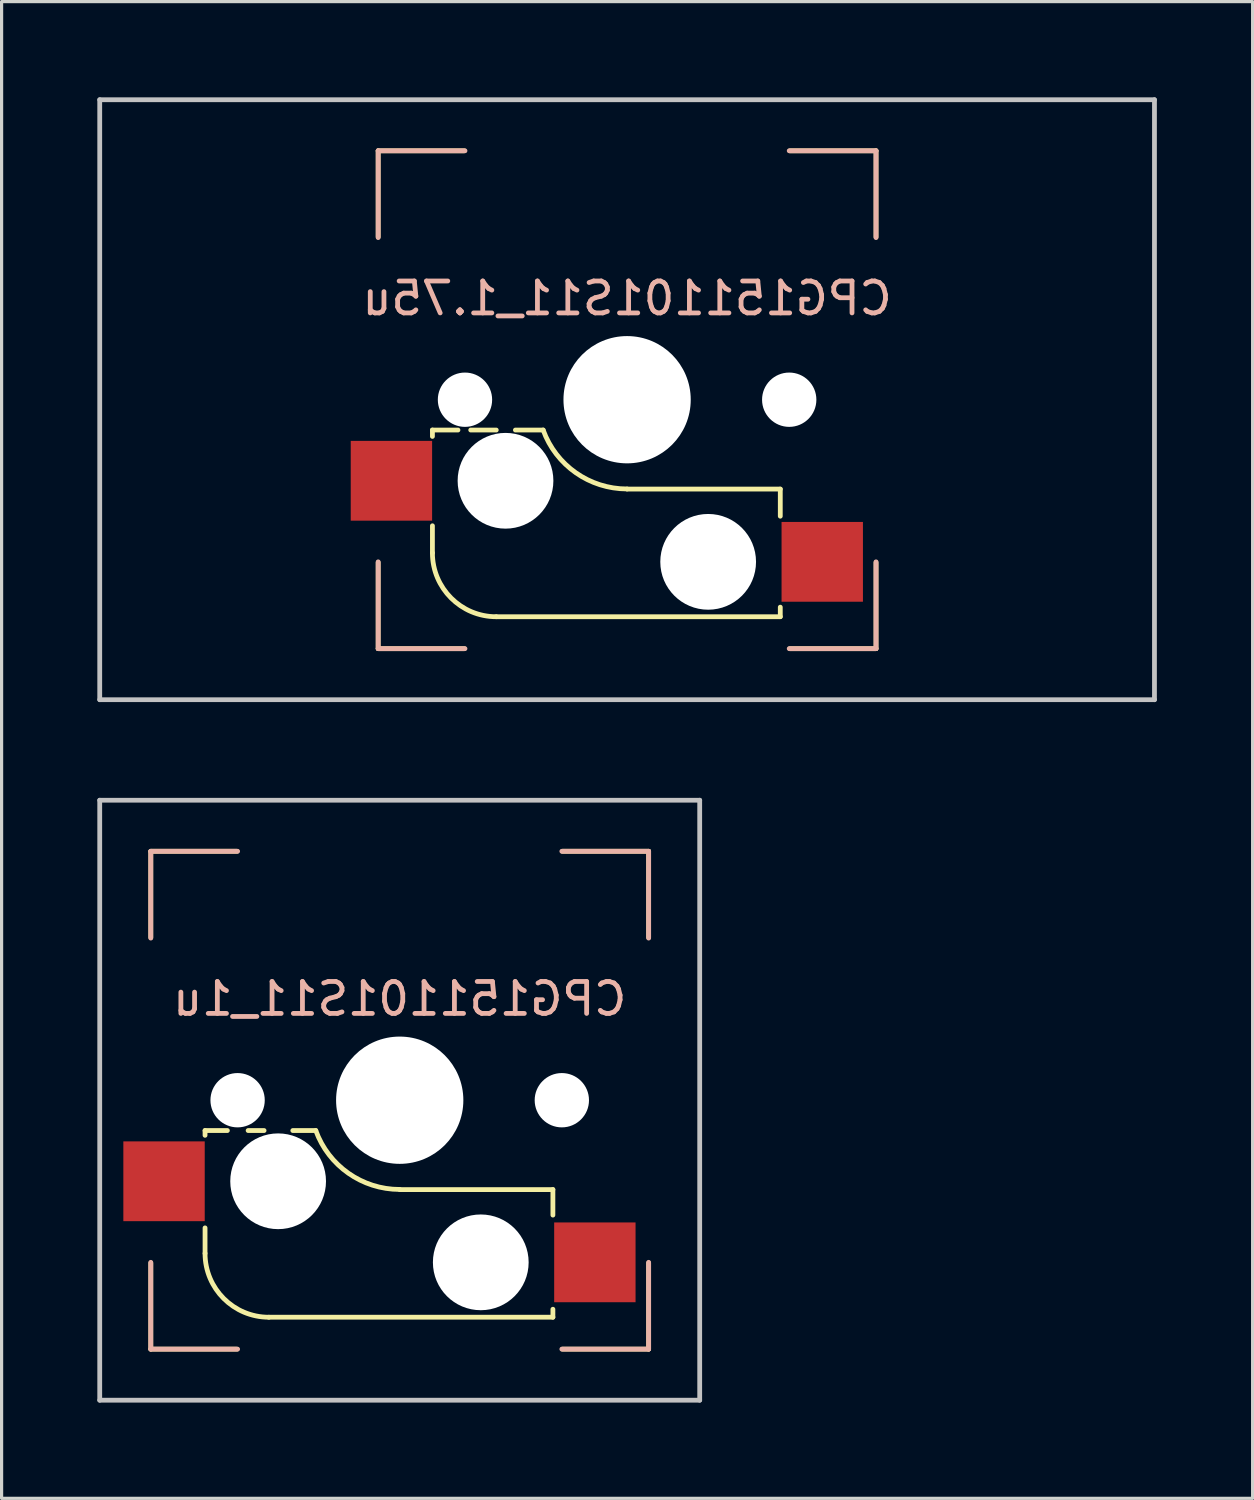
<source format=kicad_pcb>
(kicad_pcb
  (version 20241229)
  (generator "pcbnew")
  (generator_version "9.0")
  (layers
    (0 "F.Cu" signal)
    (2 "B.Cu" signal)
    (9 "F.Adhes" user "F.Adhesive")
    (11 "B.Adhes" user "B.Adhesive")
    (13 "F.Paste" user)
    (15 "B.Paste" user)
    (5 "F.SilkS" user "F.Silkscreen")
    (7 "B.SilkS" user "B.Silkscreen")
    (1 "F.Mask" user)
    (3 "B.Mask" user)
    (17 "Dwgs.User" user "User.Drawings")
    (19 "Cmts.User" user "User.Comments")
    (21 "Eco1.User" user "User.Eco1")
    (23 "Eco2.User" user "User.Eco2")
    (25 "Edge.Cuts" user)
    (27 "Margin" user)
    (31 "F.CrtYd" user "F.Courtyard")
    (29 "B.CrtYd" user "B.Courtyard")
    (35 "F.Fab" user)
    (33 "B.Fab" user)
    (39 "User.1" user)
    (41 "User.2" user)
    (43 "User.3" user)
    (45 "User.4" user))
  (footprint "CPG151101S11_1u"
    (layer "F.Cu")
    (at 9.475 31.425)
    (property "Reference" "CPG151101S11_1u" (at 0 -3.175 0) (layer "B.SilkS") (effects (font (size 1 1) (thickness 0.15)) (justify mirror)))
    (attr smd)
    (fp_line (start -7.8 -7.8) (end -7.8 -5.1) (stroke (width 0.15) (type solid)) (layer "F.SilkS"))
    (fp_line (start -7.8 5.1) (end -7.8 7.8) (stroke (width 0.15) (type solid)) (layer "F.SilkS"))
    (fp_line (start -7.8 7.8) (end -5.1 7.8) (stroke (width 0.15) (type solid)) (layer "F.SilkS"))
    (fp_line (start -6.1 0.95) (end -6.1 1.1) (stroke (width 0.15) (type solid)) (layer "F.SilkS"))
    (fp_line (start -6.1 4.8) (end -6.1 4) (stroke (width 0.15) (type solid)) (layer "F.SilkS"))
    (fp_line (start -5.4 0.95) (end -6.1 0.95) (stroke (width 0.15) (type solid)) (layer "F.SilkS"))
    (fp_line (start -5.1 -7.8) (end -7.8 -7.8) (stroke (width 0.15) (type solid)) (layer "F.SilkS"))
    (fp_line (start -4.75 0.95) (end -4.25 0.95) (stroke (width 0.15) (type solid)) (layer "F.SilkS"))
    (fp_line (start -3.35 0.95) (end -2.63 0.95) (stroke (width 0.15) (type solid)) (layer "F.SilkS"))
    (fp_line (start 4.8 2.8) (end 0 2.8) (stroke (width 0.15) (type solid)) (layer "F.SilkS"))
    (fp_line (start 4.8 2.8) (end 4.8 3.6) (stroke (width 0.15) (type solid)) (layer "F.SilkS"))
    (fp_line (start 4.8 6.8) (end -4.1 6.8) (stroke (width 0.15) (type solid)) (layer "F.SilkS"))
    (fp_line (start 4.8 6.8) (end 4.8 6.55) (stroke (width 0.15) (type solid)) (layer "F.SilkS"))
    (fp_line (start 5.1 7.8) (end 7.8 7.8) (stroke (width 0.15) (type solid)) (layer "F.SilkS"))
    (fp_line (start 7.8 -7.8) (end 5.1 -7.8) (stroke (width 0.15) (type solid)) (layer "F.SilkS"))
    (fp_line (start 7.8 -5.1) (end 7.8 -7.8) (stroke (width 0.15) (type solid)) (layer "F.SilkS"))
    (fp_line (start 7.8 7.8) (end 7.8 5.1) (stroke (width 0.15) (type solid)) (layer "F.SilkS"))
    (fp_arc (start -4.1 6.8) (mid -5.514214 6.214214) (end -6.1 4.8) (stroke (width 0.15) (type solid)) (layer "F.SilkS"))
    (fp_arc (start 0 2.796319) (mid -1.606689 2.288657) (end -2.63 0.95) (stroke (width 0.15) (type solid)) (layer "F.SilkS"))
    (fp_line (start -7.8 -7.8) (end -5.08 -7.8) (stroke (width 0.15) (type solid)) (layer "B.SilkS"))
    (fp_line (start -7.8 -5.08) (end -7.8 -7.8) (stroke (width 0.15) (type solid)) (layer "B.SilkS"))
    (fp_line (start -7.8 5.08) (end -7.8 7.8) (stroke (width 0.15) (type solid)) (layer "B.SilkS"))
    (fp_line (start -7.8 7.8) (end -5.08 7.8) (stroke (width 0.15) (type solid)) (layer "B.SilkS"))
    (fp_line (start 5.08 -7.8) (end 7.8 -7.8) (stroke (width 0.15) (type solid)) (layer "B.SilkS"))
    (fp_line (start 7.8 -7.8) (end 7.8 -5.08) (stroke (width 0.15) (type solid)) (layer "B.SilkS"))
    (fp_line (start 7.8 5.08) (end 7.8 7.8) (stroke (width 0.15) (type solid)) (layer "B.SilkS"))
    (fp_line (start 7.8 7.8) (end 5.08 7.8) (stroke (width 0.15) (type solid)) (layer "B.SilkS"))
    (fp_line (start -9.4 -9.4) (end -9.4 9.4) (stroke (width 0.15) (type solid)) (layer "Dwgs.User"))
    (fp_line (start -9.4 9.4) (end 9.4 9.4) (stroke (width 0.15) (type solid)) (layer "Dwgs.User"))
    (fp_line (start 9.4 -9.4) (end -9.4 -9.4) (stroke (width 0.15) (type solid)) (layer "Dwgs.User"))
    (fp_line (start 9.4 9.4) (end 9.4 -9.4) (stroke (width 0.15) (type solid)) (layer "Dwgs.User"))
    (fp_line (start -0.635 3.81) (end -0.635 3.81) (stroke (width 0.1) (type solid)) (layer "Eco1.User"))
    (fp_line (start -7 -7) (end -7 7) (stroke (width 0.15) (type solid)) (layer "Eco2.User"))
    (fp_line (start -7 -7) (end 7 -7) (stroke (width 0.15) (type solid)) (layer "Eco2.User"))
    (fp_line (start 7 7) (end -7 7) (stroke (width 0.15) (type solid)) (layer "Eco2.User"))
    (fp_line (start 7 7) (end 7 -7) (stroke (width 0.15) (type solid)) (layer "Eco2.User"))
    (pad "" np_thru_hole circle (at -5.08 0 180) (size 1.702 1.702) (drill 1.702) (layers "*.Cu" "*.Mask"))
    (pad "" np_thru_hole circle (at -3.81 2.54 180) (size 3 3) (drill 3) (layers "*.Cu" "*.Mask"))
    (pad "" np_thru_hole circle (at 0 0 180) (size 3.988 3.988) (drill 3.988) (layers "*.Cu" "*.Mask"))
    (pad "" np_thru_hole circle (at 2.54 5.08 180) (size 3 3) (drill 3) (layers "*.Cu" "*.Mask"))
    (pad "" np_thru_hole circle (at 5.08 0 180) (size 1.702 1.702) (drill 1.702) (layers "*.Cu" "*.Mask"))
    (pad "1" smd rect (at -7.385 2.54 180) (size 2.55 2.5) (layers "F.Cu" "F.Mask" "F.Paste"))
    (pad "2" smd rect (at 6.115 5.08) (size 2.55 2.5) (layers "F.Cu" "F.Mask" "F.Paste")))
  (footprint "CPG151101S11_1.75u"
    (layer "F.Cu")
    (at 16.6 9.475)
    (property "Reference" "CPG151101S11_1.75u" (at 0 -3.175 0) (layer "B.SilkS") (effects (font (size 1 1) (thickness 0.15)) (justify mirror)))
    (attr smd)
    (fp_line (start -7.8 -7.8) (end -7.8 -5.1) (stroke (width 0.15) (type solid)) (layer "F.SilkS"))
    (fp_line (start -7.8 5.1) (end -7.8 7.8) (stroke (width 0.15) (type solid)) (layer "F.SilkS"))
    (fp_line (start -7.8 7.8) (end -5.1 7.8) (stroke (width 0.15) (type solid)) (layer "F.SilkS"))
    (fp_line (start -6.1 0.95) (end -6.1 1.15) (stroke (width 0.15) (type solid)) (layer "F.SilkS"))
    (fp_line (start -6.1 4.8) (end -6.1 3.95) (stroke (width 0.15) (type solid)) (layer "F.SilkS"))
    (fp_line (start -5.3 0.95) (end -6.1 0.95) (stroke (width 0.15) (type solid)) (layer "F.SilkS"))
    (fp_line (start -5.1 -7.8) (end -7.8 -7.8) (stroke (width 0.15) (type solid)) (layer "F.SilkS"))
    (fp_line (start -4.9 0.95) (end -4.1 0.95) (stroke (width 0.15) (type solid)) (layer "F.SilkS"))
    (fp_line (start -3.5 0.95) (end -2.63 0.95) (stroke (width 0.15) (type solid)) (layer "F.SilkS"))
    (fp_line (start 4.8 2.8) (end 0 2.8) (stroke (width 0.15) (type solid)) (layer "F.SilkS"))
    (fp_line (start 4.8 2.8) (end 4.8 3.65) (stroke (width 0.15) (type solid)) (layer "F.SilkS"))
    (fp_line (start 4.8 6.8) (end -4.1 6.8) (stroke (width 0.15) (type solid)) (layer "F.SilkS"))
    (fp_line (start 4.8 6.8) (end 4.8 6.5) (stroke (width 0.15) (type solid)) (layer "F.SilkS"))
    (fp_line (start 5.1 7.8) (end 7.8 7.8) (stroke (width 0.15) (type solid)) (layer "F.SilkS"))
    (fp_line (start 7.8 -7.8) (end 5.1 -7.8) (stroke (width 0.15) (type solid)) (layer "F.SilkS"))
    (fp_line (start 7.8 -5.1) (end 7.8 -7.8) (stroke (width 0.15) (type solid)) (layer "F.SilkS"))
    (fp_line (start 7.8 7.8) (end 7.8 5.1) (stroke (width 0.15) (type solid)) (layer "F.SilkS"))
    (fp_arc (start -4.1 6.8) (mid -5.514214 6.214214) (end -6.1 4.8) (stroke (width 0.15) (type solid)) (layer "F.SilkS"))
    (fp_arc (start 0 2.796319) (mid -1.606689 2.288657) (end -2.63 0.95) (stroke (width 0.15) (type solid)) (layer "F.SilkS"))
    (fp_line (start -7.8 -7.8) (end -5.08 -7.8) (stroke (width 0.15) (type solid)) (layer "B.SilkS"))
    (fp_line (start -7.8 -5.08) (end -7.8 -7.8) (stroke (width 0.15) (type solid)) (layer "B.SilkS"))
    (fp_line (start -7.8 5.08) (end -7.8 7.8) (stroke (width 0.15) (type solid)) (layer "B.SilkS"))
    (fp_line (start -7.8 7.8) (end -5.08 7.8) (stroke (width 0.15) (type solid)) (layer "B.SilkS"))
    (fp_line (start 5.08 -7.8) (end 7.8 -7.8) (stroke (width 0.15) (type solid)) (layer "B.SilkS"))
    (fp_line (start 7.8 -7.8) (end 7.8 -5.08) (stroke (width 0.15) (type solid)) (layer "B.SilkS"))
    (fp_line (start 7.8 5.08) (end 7.8 7.8) (stroke (width 0.15) (type solid)) (layer "B.SilkS"))
    (fp_line (start 7.8 7.8) (end 5.08 7.8) (stroke (width 0.15) (type solid)) (layer "B.SilkS"))
    (fp_line (start -16.525 -9.4) (end -16.525 9.4) (stroke (width 0.15) (type solid)) (layer "Dwgs.User"))
    (fp_line (start -16.525 9.4) (end 16.525 9.4) (stroke (width 0.15) (type solid)) (layer "Dwgs.User"))
    (fp_line (start 16.525 -9.4) (end -16.525 -9.4) (stroke (width 0.15) (type solid)) (layer "Dwgs.User"))
    (fp_line (start 16.525 9.4) (end 16.525 -9.4) (stroke (width 0.15) (type solid)) (layer "Dwgs.User"))
    (fp_line (start -0.635 3.81) (end -0.635 3.81) (stroke (width 0.1) (type solid)) (layer "Eco1.User"))
    (fp_line (start -7 -7) (end -7 7) (stroke (width 0.15) (type solid)) (layer "Eco2.User"))
    (fp_line (start -7 -7) (end 7 -7) (stroke (width 0.15) (type solid)) (layer "Eco2.User"))
    (fp_line (start 7 7) (end -7 7) (stroke (width 0.15) (type solid)) (layer "Eco2.User"))
    (fp_line (start 7 7) (end 7 -7) (stroke (width 0.15) (type solid)) (layer "Eco2.User"))
    (pad "" np_thru_hole circle (at -5.08 0 180) (size 1.702 1.702) (drill 1.702) (layers "*.Cu" "*.Mask"))
    (pad "" np_thru_hole circle (at -3.81 2.54 180) (size 3 3) (drill 3) (layers "*.Cu" "*.Mask"))
    (pad "" np_thru_hole circle (at 0 0 180) (size 3.988 3.988) (drill 3.988) (layers "*.Cu" "*.Mask"))
    (pad "" np_thru_hole circle (at 2.54 5.08 180) (size 3 3) (drill 3) (layers "*.Cu" "*.Mask"))
    (pad "" np_thru_hole circle (at 5.08 0 180) (size 1.702 1.702) (drill 1.702) (layers "*.Cu" "*.Mask"))
    (pad "1" smd rect (at -7.385 2.54 180) (size 2.55 2.5) (layers "F.Cu" "F.Mask" "F.Paste"))
    (pad "2" smd rect (at 6.115 5.08) (size 2.55 2.5) (layers "F.Cu" "F.Mask" "F.Paste")))
  (gr_rect
    (start -3 -3)
    (end 36.2 43.9)
    (stroke (width 0.1) (type default))
    (fill no)
    (layer "Edge.Cuts")))
</source>
